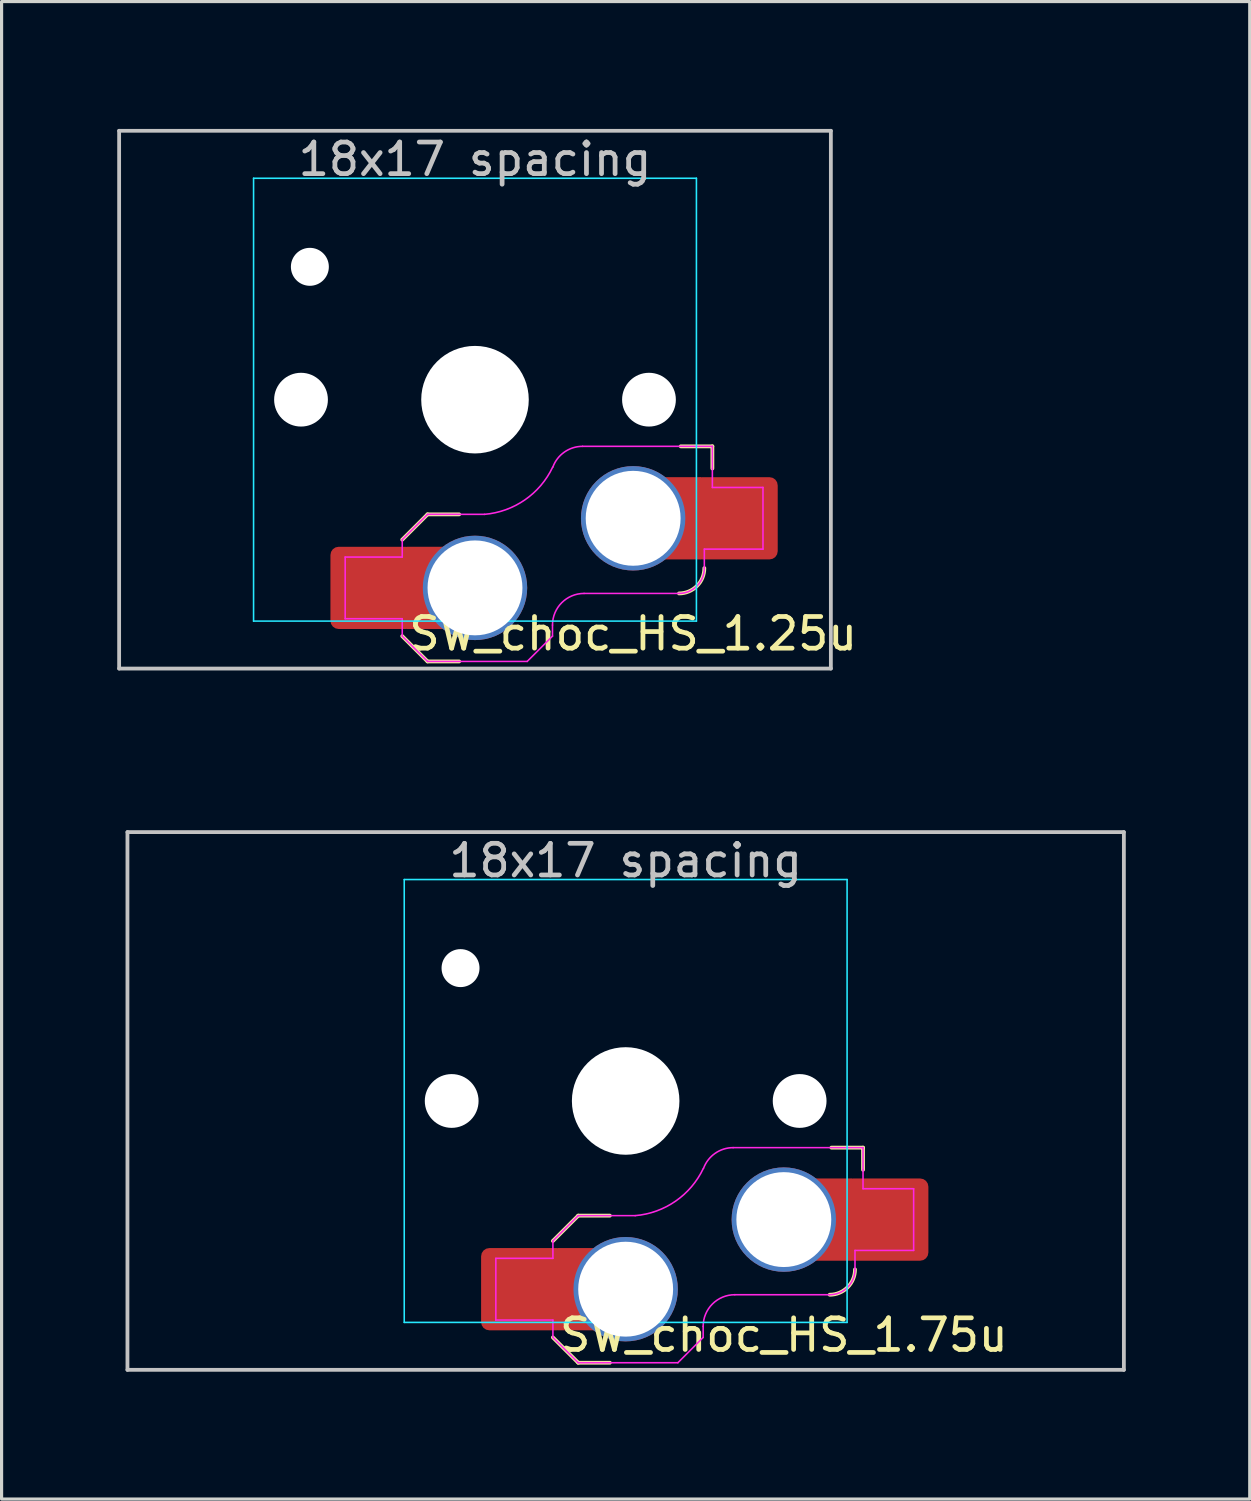
<source format=kicad_pcb>
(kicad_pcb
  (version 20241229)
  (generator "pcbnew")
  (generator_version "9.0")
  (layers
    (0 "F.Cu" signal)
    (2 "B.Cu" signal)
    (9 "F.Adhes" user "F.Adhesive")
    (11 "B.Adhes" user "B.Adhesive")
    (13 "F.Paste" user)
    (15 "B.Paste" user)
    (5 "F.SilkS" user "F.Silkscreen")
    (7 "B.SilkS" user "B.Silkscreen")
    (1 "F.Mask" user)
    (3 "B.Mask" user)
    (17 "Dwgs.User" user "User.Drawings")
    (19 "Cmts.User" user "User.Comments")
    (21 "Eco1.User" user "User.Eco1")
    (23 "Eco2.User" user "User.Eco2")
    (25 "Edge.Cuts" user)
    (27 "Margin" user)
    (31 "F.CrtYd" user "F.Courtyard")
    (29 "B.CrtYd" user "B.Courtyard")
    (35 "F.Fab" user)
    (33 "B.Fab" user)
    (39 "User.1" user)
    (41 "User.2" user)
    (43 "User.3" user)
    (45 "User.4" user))
  (footprint "SW_choc_HS_1.75u"
    (layer "F.Cu")
    (at 16.729 31.755)
    (property "Reference" "SW_choc_HS_1.75u" (at 5 7.4 180) (layer "F.SilkS") (effects (font (size 1 1) (thickness 0.15))))
    (attr smd)
    (fp_line (start -2.3 7.475) (end -1.5 8.275) (stroke (width 0.12) (type solid)) (layer "F.SilkS"))
    (fp_line (start -1.5 3.625) (end -2.3 4.425) (stroke (width 0.12) (type solid)) (layer "F.SilkS"))
    (fp_line (start -1.5 3.625) (end -0.5 3.625) (stroke (width 0.12) (type solid)) (layer "F.SilkS"))
    (fp_line (start -1.5 8.275) (end -0.5 8.275) (stroke (width 0.12) (type solid)) (layer "F.SilkS"))
    (fp_line (start 7.504 1.475) (end 6.504 1.475) (stroke (width 0.12) (type solid)) (layer "F.SilkS"))
    (fp_line (start 7.504 1.475) (end 7.504 2.175) (stroke (width 0.12) (type solid)) (layer "F.SilkS"))
    (fp_arc (start 7.25 5.325) (mid 7.015685 5.890685) (end 6.45 6.125) (stroke (width 0.12) (type solid)) (layer "F.SilkS"))
    (fp_line (start -15.75 -8.5) (end -15.75 8.5) (stroke (width 0.12) (type solid)) (layer "Dwgs.User"))
    (fp_line (start -15.75 8.5) (end 15.75 8.5) (stroke (width 0.12) (type solid)) (layer "Dwgs.User"))
    (fp_line (start 15.75 -8.5) (end -15.75 -8.5) (stroke (width 0.12) (type solid)) (layer "Dwgs.User"))
    (fp_line (start 15.75 8.5) (end 15.75 -8.5) (stroke (width 0.12) (type solid)) (layer "Dwgs.User"))
    (fp_line (start -16.669 -9.525) (end 16.669 -9.525) (stroke (width 0.12) (type solid)) (layer "Eco1.User"))
    (fp_line (start -16.669 9.525) (end -16.669 -9.525) (stroke (width 0.12) (type solid)) (layer "Eco1.User"))
    (fp_line (start 16.669 -9.525) (end 16.669 9.525) (stroke (width 0.12) (type solid)) (layer "Eco1.User"))
    (fp_line (start 16.669 9.525) (end -16.669 9.525) (stroke (width 0.12) (type solid)) (layer "Eco1.User"))
    (fp_line (start -6.95 -6.45) (end -6.95 6.45) (stroke (width 0.05) (type solid)) (layer "Eco2.User"))
    (fp_line (start -6.45 6.95) (end 6.45 6.95) (stroke (width 0.05) (type solid)) (layer "Eco2.User"))
    (fp_line (start 6.45 -6.95) (end -6.45 -6.95) (stroke (width 0.05) (type solid)) (layer "Eco2.User"))
    (fp_line (start 6.95 6.45) (end 6.95 -6.45) (stroke (width 0.05) (type solid)) (layer "Eco2.User"))
    (fp_arc (start -6.95 -6.45) (mid -6.803553 -6.803553) (end -6.45 -6.95) (stroke (width 0.05) (type solid)) (layer "Eco2.User"))
    (fp_arc (start -6.45 6.95) (mid -6.803553 6.803553) (end -6.95 6.45) (stroke (width 0.05) (type solid)) (layer "Eco2.User"))
    (fp_arc (start 6.45 -6.95) (mid 6.803553 -6.803553) (end 6.95 -6.45) (stroke (width 0.05) (type solid)) (layer "Eco2.User"))
    (fp_arc (start 6.95 6.45) (mid 6.803553 6.803553) (end 6.45 6.95) (stroke (width 0.05) (type solid)) (layer "Eco2.User"))
    (fp_line (start -7 -7) (end -7 7) (stroke (width 0.05) (type solid)) (layer "B.CrtYd"))
    (fp_line (start -7 7) (end 7 7) (stroke (width 0.05) (type solid)) (layer "B.CrtYd"))
    (fp_line (start 7 -7) (end -7 -7) (stroke (width 0.05) (type solid)) (layer "B.CrtYd"))
    (fp_line (start 7 7) (end 7 -7) (stroke (width 0.05) (type solid)) (layer "B.CrtYd"))
    (fp_line (start -4.104 4.975) (end -4.104 6.925) (stroke (width 0.05) (type solid)) (layer "F.CrtYd"))
    (fp_line (start -4.104 4.975) (end -2.3 4.975) (stroke (width 0.05) (type solid)) (layer "F.CrtYd"))
    (fp_line (start -4.104 6.925) (end -2.3 6.925) (stroke (width 0.05) (type solid)) (layer "F.CrtYd"))
    (fp_line (start -2.3 4.975) (end -2.3 4.425) (stroke (width 0.05) (type solid)) (layer "F.CrtYd"))
    (fp_line (start -2.3 7.475) (end -2.3 6.925) (stroke (width 0.05) (type solid)) (layer "F.CrtYd"))
    (fp_line (start -2.3 7.475) (end -1.5 8.275) (stroke (width 0.05) (type solid)) (layer "F.CrtYd"))
    (fp_line (start -1.5 3.625) (end -2.3 4.425) (stroke (width 0.05) (type solid)) (layer "F.CrtYd"))
    (fp_line (start -1.5 3.625) (end 0.3 3.625) (stroke (width 0.05) (type solid)) (layer "F.CrtYd"))
    (fp_line (start -1.5 8.275) (end 1.65 8.275) (stroke (width 0.05) (type solid)) (layer "F.CrtYd"))
    (fp_line (start 2.45 7.475) (end 1.65 8.275) (stroke (width 0.05) (type solid)) (layer "F.CrtYd"))
    (fp_line (start 2.45 7.475) (end 2.45 7.125) (stroke (width 0.05) (type solid)) (layer "F.CrtYd"))
    (fp_line (start 3.45 6.125) (end 6.45 6.125) (stroke (width 0.05) (type solid)) (layer "F.CrtYd"))
    (fp_line (start 7.25 4.725) (end 9.104 4.725) (stroke (width 0.05) (type solid)) (layer "F.CrtYd"))
    (fp_line (start 7.25 5.325) (end 7.25 4.725) (stroke (width 0.05) (type solid)) (layer "F.CrtYd"))
    (fp_line (start 7.504 1.475) (end 3.4 1.475) (stroke (width 0.05) (type solid)) (layer "F.CrtYd"))
    (fp_line (start 7.504 1.475) (end 7.504 2.175) (stroke (width 0.05) (type solid)) (layer "F.CrtYd"))
    (fp_line (start 7.504 2.175) (end 7.504 2.775) (stroke (width 0.05) (type solid)) (layer "F.CrtYd"))
    (fp_line (start 9.104 2.775) (end 7.504 2.775) (stroke (width 0.05) (type solid)) (layer "F.CrtYd"))
    (fp_line (start 9.104 4.725) (end 9.104 2.775) (stroke (width 0.05) (type solid)) (layer "F.CrtYd"))
    (fp_arc (start 2.45 7.125) (mid 2.742893 6.417893) (end 3.45 6.125) (stroke (width 0.05) (type solid)) (layer "F.CrtYd"))
    (fp_arc (start 2.455444 2.13293) (mid 1.577272 3.167235) (end 0.299999 3.624999) (stroke (width 0.05) (type solid)) (layer "F.CrtYd"))
    (fp_arc (start 2.460307 2.13298) (mid 2.826423 1.655848) (end 3.4 1.475) (stroke (width 0.05) (type solid)) (layer "F.CrtYd"))
    (fp_arc (start 7.25 5.325) (mid 7.015685 5.890685) (end 6.45 6.125) (stroke (width 0.05) (type solid)) (layer "F.CrtYd"))
    (fp_text user "18x17 spacing" (at 0 -7.6 180) (layer "Dwgs.User") (effects (font (size 1 1) (thickness 0.15))))
    (fp_text user "19.05 spacing" (at 0 -8.7 180) (layer "Eco1.User") (effects (font (size 1 1) (thickness 0.15))))
    (pad "" np_thru_hole circle (at -5.5 0 180) (size 1.7 1.7) (drill 1.7) (layers "*.Cu" "*.Mask"))
    (pad "" np_thru_hole circle (at -5.22 -4.2 180) (size 1.2 1.2) (drill 1.2) (layers "*.Cu" "*.Mask"))
    (pad "" np_thru_hole circle (at 0 0 180) (size 3.4 3.4) (drill 3.4) (layers "*.Cu" "*.Mask"))
    (pad "" np_thru_hole circle (at 5.5 0 180) (size 1.7 1.7) (drill 1.7) (layers "*.Cu" "*.Mask"))
    (pad "1" thru_hole circle (at 5 3.75) (size 3.3 3.3) (drill 3) (layers "*.Cu" "F.Mask"))
    (pad "1" smd rect (at 6.55 3.75) (size 1.2 2.6) (layers "F.Cu"))
    (pad "1" smd roundrect (at 8.245 3.75) (size 2.65 2.6) (layers "F.Cu" "F.Mask" "F.Paste") (roundrect_rratio 0.1))
    (pad "2" smd roundrect (at -3.245 5.95) (size 2.65 2.6) (layers "F.Cu" "F.Mask" "F.Paste") (roundrect_rratio 0.1))
    (pad "2" smd rect (at -1.55 5.95 180) (size 1.2 2.6) (layers "F.Cu"))
    (pad "2" thru_hole circle (at 0 5.95) (size 3.3 3.3) (drill 3) (layers "*.Cu" "F.Mask")))
  (footprint "SW_choc_HS_1.25u"
    (layer "F.Cu")
    (at 11.966 9.585)
    (property "Reference" "SW_choc_HS_1.25u" (at 5 7.4 180) (layer "F.SilkS") (effects (font (size 1 1) (thickness 0.15))))
    (attr smd)
    (fp_line (start -2.3 7.475) (end -1.5 8.275) (stroke (width 0.12) (type solid)) (layer "F.SilkS"))
    (fp_line (start -1.5 3.625) (end -2.3 4.425) (stroke (width 0.12) (type solid)) (layer "F.SilkS"))
    (fp_line (start -1.5 3.625) (end -0.5 3.625) (stroke (width 0.12) (type solid)) (layer "F.SilkS"))
    (fp_line (start -1.5 8.275) (end -0.5 8.275) (stroke (width 0.12) (type solid)) (layer "F.SilkS"))
    (fp_line (start 7.504 1.475) (end 6.504 1.475) (stroke (width 0.12) (type solid)) (layer "F.SilkS"))
    (fp_line (start 7.504 1.475) (end 7.504 2.175) (stroke (width 0.12) (type solid)) (layer "F.SilkS"))
    (fp_arc (start 7.25 5.325) (mid 7.015685 5.890685) (end 6.45 6.125) (stroke (width 0.12) (type solid)) (layer "F.SilkS"))
    (fp_line (start -11.25 -8.5) (end -11.25 8.5) (stroke (width 0.12) (type solid)) (layer "Dwgs.User"))
    (fp_line (start -11.25 8.5) (end 11.25 8.5) (stroke (width 0.12) (type solid)) (layer "Dwgs.User"))
    (fp_line (start 11.25 -8.5) (end -11.25 -8.5) (stroke (width 0.12) (type solid)) (layer "Dwgs.User"))
    (fp_line (start 11.25 8.5) (end 11.25 -8.5) (stroke (width 0.12) (type solid)) (layer "Dwgs.User"))
    (fp_line (start -11.906 -9.525) (end 11.906 -9.525) (stroke (width 0.12) (type solid)) (layer "Eco1.User"))
    (fp_line (start -11.906 9.525) (end -11.906 -9.525) (stroke (width 0.12) (type solid)) (layer "Eco1.User"))
    (fp_line (start 11.906 -9.525) (end 11.906 9.525) (stroke (width 0.12) (type solid)) (layer "Eco1.User"))
    (fp_line (start 11.906 9.525) (end -11.906 9.525) (stroke (width 0.12) (type solid)) (layer "Eco1.User"))
    (fp_line (start -6.95 -6.45) (end -6.95 6.45) (stroke (width 0.05) (type solid)) (layer "Eco2.User"))
    (fp_line (start -6.45 6.95) (end 6.45 6.95) (stroke (width 0.05) (type solid)) (layer "Eco2.User"))
    (fp_line (start 6.45 -6.95) (end -6.45 -6.95) (stroke (width 0.05) (type solid)) (layer "Eco2.User"))
    (fp_line (start 6.95 6.45) (end 6.95 -6.45) (stroke (width 0.05) (type solid)) (layer "Eco2.User"))
    (fp_arc (start -6.95 -6.45) (mid -6.803553 -6.803553) (end -6.45 -6.95) (stroke (width 0.05) (type solid)) (layer "Eco2.User"))
    (fp_arc (start -6.45 6.95) (mid -6.803553 6.803553) (end -6.95 6.45) (stroke (width 0.05) (type solid)) (layer "Eco2.User"))
    (fp_arc (start 6.45 -6.95) (mid 6.803553 -6.803553) (end 6.95 -6.45) (stroke (width 0.05) (type solid)) (layer "Eco2.User"))
    (fp_arc (start 6.95 6.45) (mid 6.803553 6.803553) (end 6.45 6.95) (stroke (width 0.05) (type solid)) (layer "Eco2.User"))
    (fp_line (start -7 -7) (end -7 7) (stroke (width 0.05) (type solid)) (layer "B.CrtYd"))
    (fp_line (start -7 7) (end 7 7) (stroke (width 0.05) (type solid)) (layer "B.CrtYd"))
    (fp_line (start 7 -7) (end -7 -7) (stroke (width 0.05) (type solid)) (layer "B.CrtYd"))
    (fp_line (start 7 7) (end 7 -7) (stroke (width 0.05) (type solid)) (layer "B.CrtYd"))
    (fp_line (start -4.104 4.975) (end -4.104 6.925) (stroke (width 0.05) (type solid)) (layer "F.CrtYd"))
    (fp_line (start -4.104 4.975) (end -2.3 4.975) (stroke (width 0.05) (type solid)) (layer "F.CrtYd"))
    (fp_line (start -4.104 6.925) (end -2.3 6.925) (stroke (width 0.05) (type solid)) (layer "F.CrtYd"))
    (fp_line (start -2.3 4.975) (end -2.3 4.425) (stroke (width 0.05) (type solid)) (layer "F.CrtYd"))
    (fp_line (start -2.3 7.475) (end -2.3 6.925) (stroke (width 0.05) (type solid)) (layer "F.CrtYd"))
    (fp_line (start -2.3 7.475) (end -1.5 8.275) (stroke (width 0.05) (type solid)) (layer "F.CrtYd"))
    (fp_line (start -1.5 3.625) (end -2.3 4.425) (stroke (width 0.05) (type solid)) (layer "F.CrtYd"))
    (fp_line (start -1.5 3.625) (end 0.3 3.625) (stroke (width 0.05) (type solid)) (layer "F.CrtYd"))
    (fp_line (start -1.5 8.275) (end 1.65 8.275) (stroke (width 0.05) (type solid)) (layer "F.CrtYd"))
    (fp_line (start 2.45 7.475) (end 1.65 8.275) (stroke (width 0.05) (type solid)) (layer "F.CrtYd"))
    (fp_line (start 2.45 7.475) (end 2.45 7.125) (stroke (width 0.05) (type solid)) (layer "F.CrtYd"))
    (fp_line (start 3.45 6.125) (end 6.45 6.125) (stroke (width 0.05) (type solid)) (layer "F.CrtYd"))
    (fp_line (start 7.25 4.725) (end 9.104 4.725) (stroke (width 0.05) (type solid)) (layer "F.CrtYd"))
    (fp_line (start 7.25 5.325) (end 7.25 4.725) (stroke (width 0.05) (type solid)) (layer "F.CrtYd"))
    (fp_line (start 7.504 1.475) (end 3.4 1.475) (stroke (width 0.05) (type solid)) (layer "F.CrtYd"))
    (fp_line (start 7.504 1.475) (end 7.504 2.175) (stroke (width 0.05) (type solid)) (layer "F.CrtYd"))
    (fp_line (start 7.504 2.175) (end 7.504 2.775) (stroke (width 0.05) (type solid)) (layer "F.CrtYd"))
    (fp_line (start 9.104 2.775) (end 7.504 2.775) (stroke (width 0.05) (type solid)) (layer "F.CrtYd"))
    (fp_line (start 9.104 4.725) (end 9.104 2.775) (stroke (width 0.05) (type solid)) (layer "F.CrtYd"))
    (fp_arc (start 2.45 7.125) (mid 2.742893 6.417893) (end 3.45 6.125) (stroke (width 0.05) (type solid)) (layer "F.CrtYd"))
    (fp_arc (start 2.455444 2.13293) (mid 1.577272 3.167235) (end 0.299999 3.624999) (stroke (width 0.05) (type solid)) (layer "F.CrtYd"))
    (fp_arc (start 2.460307 2.13298) (mid 2.826423 1.655848) (end 3.4 1.475) (stroke (width 0.05) (type solid)) (layer "F.CrtYd"))
    (fp_arc (start 7.25 5.325) (mid 7.015685 5.890685) (end 6.45 6.125) (stroke (width 0.05) (type solid)) (layer "F.CrtYd"))
    (fp_text user "18x17 spacing" (at 0 -7.6 180) (layer "Dwgs.User") (effects (font (size 1 1) (thickness 0.15))))
    (fp_text user "19.05 spacing" (at 0 -8.7 180) (layer "Eco1.User") (effects (font (size 1 1) (thickness 0.15))))
    (pad "" np_thru_hole circle (at -5.5 0 180) (size 1.7 1.7) (drill 1.7) (layers "*.Cu" "*.Mask"))
    (pad "" np_thru_hole circle (at -5.22 -4.2 180) (size 1.2 1.2) (drill 1.2) (layers "*.Cu" "*.Mask"))
    (pad "" np_thru_hole circle (at 0 0 180) (size 3.4 3.4) (drill 3.4) (layers "*.Cu" "*.Mask"))
    (pad "" np_thru_hole circle (at 5.5 0 180) (size 1.7 1.7) (drill 1.7) (layers "*.Cu" "*.Mask"))
    (pad "1" thru_hole circle (at 5 3.75) (size 3.3 3.3) (drill 3) (layers "*.Cu" "F.Mask"))
    (pad "1" smd rect (at 6.55 3.75) (size 1.2 2.6) (layers "F.Cu"))
    (pad "1" smd roundrect (at 8.245 3.75) (size 2.65 2.6) (layers "F.Cu" "F.Mask" "F.Paste") (roundrect_rratio 0.1))
    (pad "2" smd roundrect (at -3.245 5.95) (size 2.65 2.6) (layers "F.Cu" "F.Mask" "F.Paste") (roundrect_rratio 0.1))
    (pad "2" smd rect (at -1.55 5.95 180) (size 1.2 2.6) (layers "F.Cu"))
    (pad "2" thru_hole circle (at 0 5.95) (size 3.3 3.3) (drill 3) (layers "*.Cu" "F.Mask")))
  (gr_rect
    (start -3 -3)
    (end 36.458 44.34)
    (stroke (width 0.1) (type default))
    (fill no)
    (layer "Edge.Cuts")))
</source>
